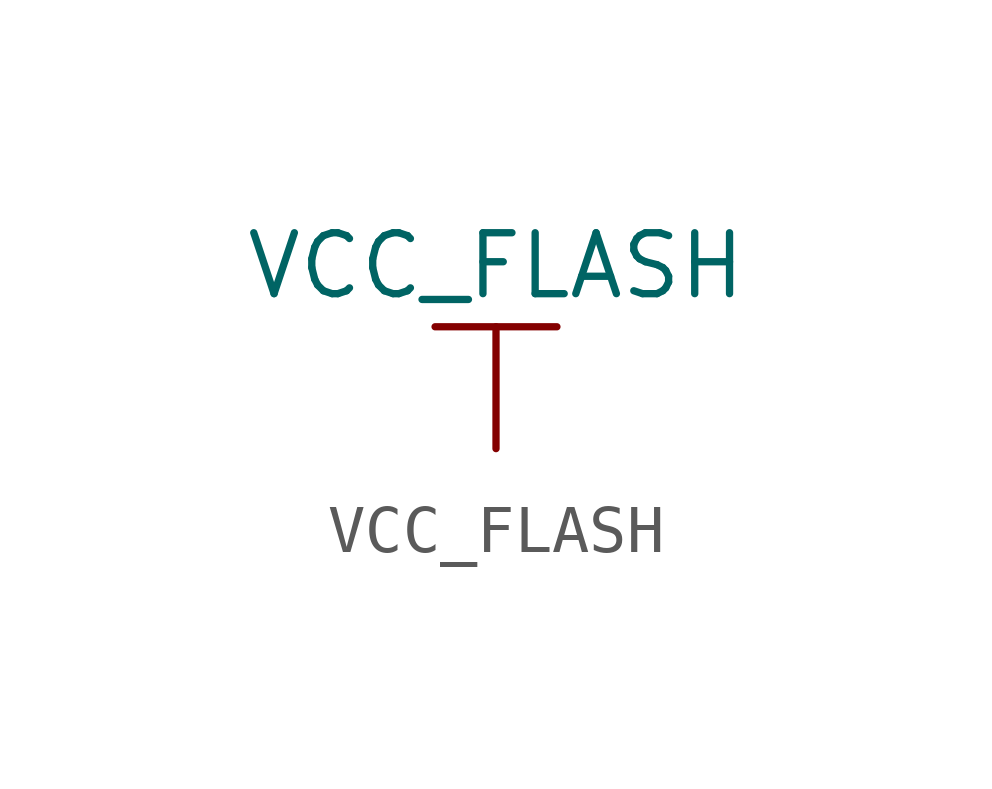
<source format=kicad_sym>
(kicad_symbol_lib
  (version 20211014)
  (generator kicad_symbol_editor)
  (symbol "VCC_FLASH"
    (power)
    (pin_names
      (offset 0))
    (property "Reference" "#PWR"
      (at 0 -3.81 0)
      (effects (font (size 1.27 1.27)) hide))
    (property "Value" "VCC_FLASH"
      (at 0 3.81 0)
      (effects (font (size 1.27 1.27))))
    (symbol "VCC_FLASH_0_1"
      (polyline (pts (xy -1.27 2.54) (xy 1.27 2.54)) (stroke (width 0.152) (type default) (color 0 0 0 0)) (fill (type none)))
      (polyline (pts (xy 0 0) (xy 0 2.54)) (stroke (width 0.152) (type default) (color 0 0 0 0)) (fill (type none))))
    (symbol "VCC_FLASH_1_1"
      (pin power_in line (at 0 0 90) (length 0) hide (name "VCC_FLASH" (effects (font (size 1.27 1.27)))) (number "1" (effects (font (size 1.27 1.27))))))))
</source>
